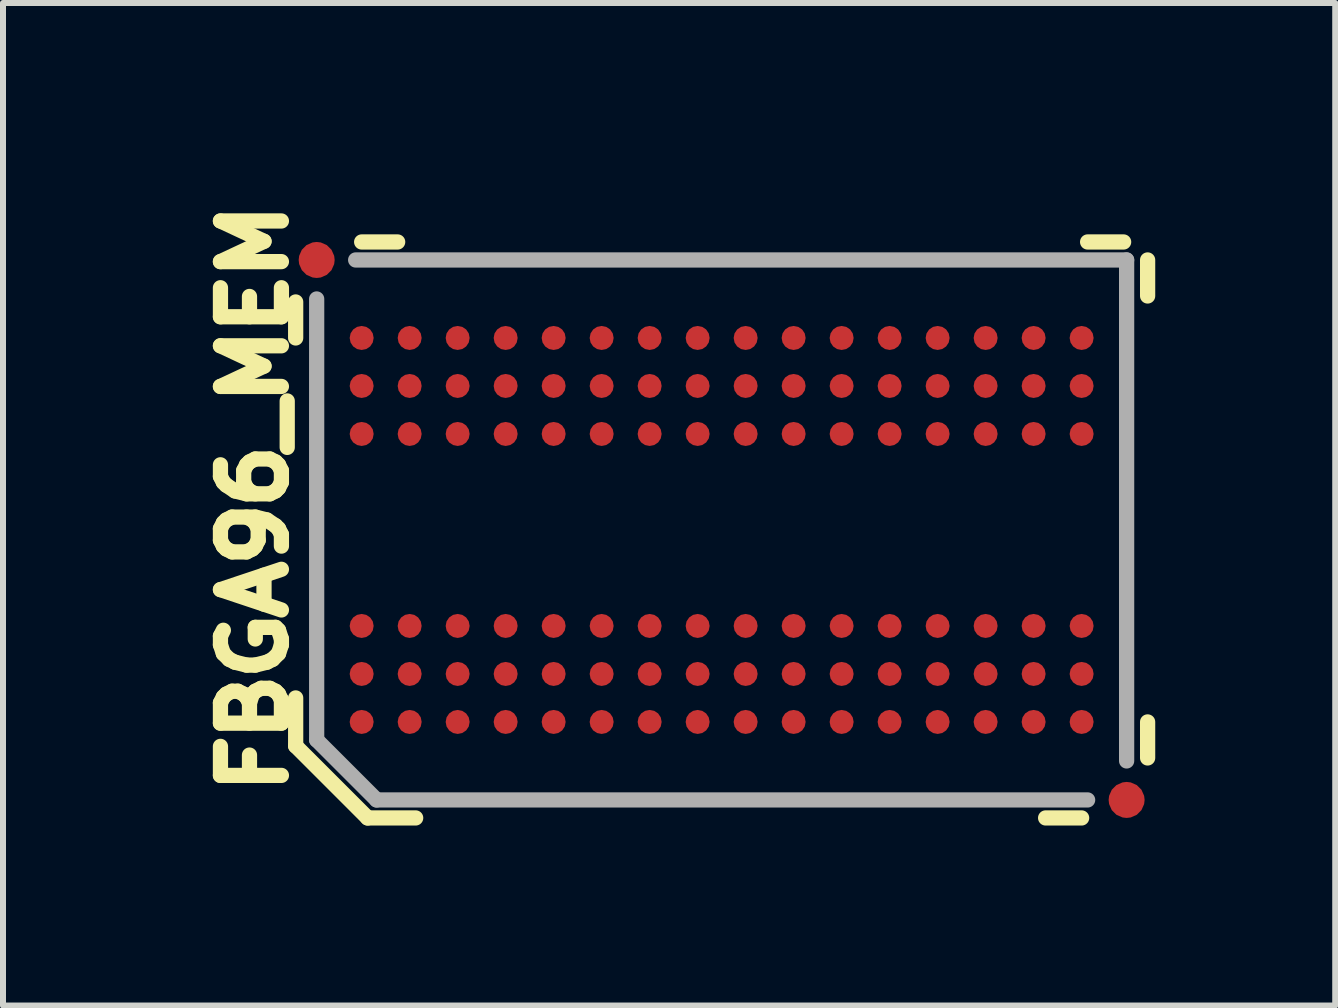
<source format=kicad_pcb>
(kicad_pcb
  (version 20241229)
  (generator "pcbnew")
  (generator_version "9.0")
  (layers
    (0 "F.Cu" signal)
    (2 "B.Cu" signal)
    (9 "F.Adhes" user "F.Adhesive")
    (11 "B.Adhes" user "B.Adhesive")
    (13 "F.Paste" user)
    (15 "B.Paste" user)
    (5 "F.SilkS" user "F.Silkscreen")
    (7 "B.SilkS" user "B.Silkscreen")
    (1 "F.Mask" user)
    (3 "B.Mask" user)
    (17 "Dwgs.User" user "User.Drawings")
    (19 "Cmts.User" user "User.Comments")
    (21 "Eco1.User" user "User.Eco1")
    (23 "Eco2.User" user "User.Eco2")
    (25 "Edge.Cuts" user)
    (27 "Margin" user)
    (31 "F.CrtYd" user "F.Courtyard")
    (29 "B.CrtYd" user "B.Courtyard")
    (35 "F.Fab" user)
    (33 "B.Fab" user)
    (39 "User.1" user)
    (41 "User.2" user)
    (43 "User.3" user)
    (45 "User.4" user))
  (footprint "FBGA96_MEM"
    (layer "F.Cu")
    (at 8.978 5.783)
    (property "Reference" "FBGA96_MEM" (at -7.2 4.5 90) (layer "F.SilkS") (effects (font (size 1.016 1.016) (thickness 0.254)) (justify left bottom)))
    (fp_line (start -7.1 -3.8) (end -7.1 -3.2) (stroke (width 0.254) (type solid)) (layer "F.SilkS"))
    (fp_line (start -7.1 3.6) (end -7.1 2.8) (stroke (width 0.254) (type solid)) (layer "F.SilkS"))
    (fp_line (start -5.9 4.8) (end -7.1 3.6) (stroke (width 0.254) (type solid)) (layer "F.SilkS"))
    (fp_line (start -5.4 -4.8) (end -6 -4.8) (stroke (width 0.254) (type solid)) (layer "F.SilkS"))
    (fp_line (start -5.1 4.8) (end -5.9 4.8) (stroke (width 0.254) (type solid)) (layer "F.SilkS"))
    (fp_line (start 6 4.8) (end 5.4 4.8) (stroke (width 0.254) (type solid)) (layer "F.SilkS"))
    (fp_line (start 6.7 -4.8) (end 6.1 -4.8) (stroke (width 0.254) (type solid)) (layer "F.SilkS"))
    (fp_line (start 7.1 -3.9) (end 7.1 -4.5) (stroke (width 0.254) (type solid)) (layer "F.SilkS"))
    (fp_line (start 7.1 3.8) (end 7.1 3.2) (stroke (width 0.254) (type solid)) (layer "F.SilkS"))
    (fp_circle (center -6 -3.2) (end -5.9 -3.2) (stroke (width 0.22) (type solid)) (fill no) (layer "F.Paste"))
    (fp_circle (center -6 -2.4) (end -5.9 -2.4) (stroke (width 0.22) (type solid)) (fill no) (layer "F.Paste"))
    (fp_circle (center -6 -1.6) (end -5.9 -1.6) (stroke (width 0.22) (type solid)) (fill no) (layer "F.Paste"))
    (fp_circle (center -6 1.6) (end -5.9 1.6) (stroke (width 0.22) (type solid)) (fill no) (layer "F.Paste"))
    (fp_circle (center -6 2.4) (end -5.9 2.4) (stroke (width 0.22) (type solid)) (fill no) (layer "F.Paste"))
    (fp_circle (center -6 3.2) (end -5.9 3.2) (stroke (width 0.22) (type solid)) (fill no) (layer "F.Paste"))
    (fp_circle (center -5.2 -3.2) (end -5.1 -3.2) (stroke (width 0.22) (type solid)) (fill no) (layer "F.Paste"))
    (fp_circle (center -5.2 -2.4) (end -5.1 -2.4) (stroke (width 0.22) (type solid)) (fill no) (layer "F.Paste"))
    (fp_circle (center -5.2 -1.6) (end -5.1 -1.6) (stroke (width 0.22) (type solid)) (fill no) (layer "F.Paste"))
    (fp_circle (center -5.2 1.6) (end -5.1 1.6) (stroke (width 0.22) (type solid)) (fill no) (layer "F.Paste"))
    (fp_circle (center -5.2 2.4) (end -5.1 2.4) (stroke (width 0.22) (type solid)) (fill no) (layer "F.Paste"))
    (fp_circle (center -5.2 3.2) (end -5.1 3.2) (stroke (width 0.22) (type solid)) (fill no) (layer "F.Paste"))
    (fp_circle (center -4.4 -3.2) (end -4.3 -3.2) (stroke (width 0.22) (type solid)) (fill no) (layer "F.Paste"))
    (fp_circle (center -4.4 -2.4) (end -4.3 -2.4) (stroke (width 0.22) (type solid)) (fill no) (layer "F.Paste"))
    (fp_circle (center -4.4 -1.6) (end -4.3 -1.6) (stroke (width 0.22) (type solid)) (fill no) (layer "F.Paste"))
    (fp_circle (center -4.4 1.6) (end -4.3 1.6) (stroke (width 0.22) (type solid)) (fill no) (layer "F.Paste"))
    (fp_circle (center -4.4 2.4) (end -4.3 2.4) (stroke (width 0.22) (type solid)) (fill no) (layer "F.Paste"))
    (fp_circle (center -4.4 3.2) (end -4.3 3.2) (stroke (width 0.22) (type solid)) (fill no) (layer "F.Paste"))
    (fp_circle (center -3.6 -3.2) (end -3.5 -3.2) (stroke (width 0.22) (type solid)) (fill no) (layer "F.Paste"))
    (fp_circle (center -3.6 -2.4) (end -3.5 -2.4) (stroke (width 0.22) (type solid)) (fill no) (layer "F.Paste"))
    (fp_circle (center -3.6 -1.6) (end -3.5 -1.6) (stroke (width 0.22) (type solid)) (fill no) (layer "F.Paste"))
    (fp_circle (center -3.6 1.6) (end -3.5 1.6) (stroke (width 0.22) (type solid)) (fill no) (layer "F.Paste"))
    (fp_circle (center -3.6 2.4) (end -3.5 2.4) (stroke (width 0.22) (type solid)) (fill no) (layer "F.Paste"))
    (fp_circle (center -3.6 3.2) (end -3.5 3.2) (stroke (width 0.22) (type solid)) (fill no) (layer "F.Paste"))
    (fp_circle (center -2.8 -3.2) (end -2.7 -3.2) (stroke (width 0.22) (type solid)) (fill no) (layer "F.Paste"))
    (fp_circle (center -2.8 -2.4) (end -2.7 -2.4) (stroke (width 0.22) (type solid)) (fill no) (layer "F.Paste"))
    (fp_circle (center -2.8 -1.6) (end -2.7 -1.6) (stroke (width 0.22) (type solid)) (fill no) (layer "F.Paste"))
    (fp_circle (center -2.8 1.6) (end -2.7 1.6) (stroke (width 0.22) (type solid)) (fill no) (layer "F.Paste"))
    (fp_circle (center -2.8 2.4) (end -2.7 2.4) (stroke (width 0.22) (type solid)) (fill no) (layer "F.Paste"))
    (fp_circle (center -2.8 3.2) (end -2.7 3.2) (stroke (width 0.22) (type solid)) (fill no) (layer "F.Paste"))
    (fp_circle (center -2 -3.2) (end -1.9 -3.2) (stroke (width 0.22) (type solid)) (fill no) (layer "F.Paste"))
    (fp_circle (center -2 -2.4) (end -1.9 -2.4) (stroke (width 0.22) (type solid)) (fill no) (layer "F.Paste"))
    (fp_circle (center -2 -1.6) (end -1.9 -1.6) (stroke (width 0.22) (type solid)) (fill no) (layer "F.Paste"))
    (fp_circle (center -2 1.6) (end -1.9 1.6) (stroke (width 0.22) (type solid)) (fill no) (layer "F.Paste"))
    (fp_circle (center -2 2.4) (end -1.9 2.4) (stroke (width 0.22) (type solid)) (fill no) (layer "F.Paste"))
    (fp_circle (center -2 3.2) (end -1.9 3.2) (stroke (width 0.22) (type solid)) (fill no) (layer "F.Paste"))
    (fp_circle (center -1.2 -3.2) (end -1.1 -3.2) (stroke (width 0.22) (type solid)) (fill no) (layer "F.Paste"))
    (fp_circle (center -1.2 -2.4) (end -1.1 -2.4) (stroke (width 0.22) (type solid)) (fill no) (layer "F.Paste"))
    (fp_circle (center -1.2 -1.6) (end -1.1 -1.6) (stroke (width 0.22) (type solid)) (fill no) (layer "F.Paste"))
    (fp_circle (center -1.2 1.6) (end -1.1 1.6) (stroke (width 0.22) (type solid)) (fill no) (layer "F.Paste"))
    (fp_circle (center -1.2 2.4) (end -1.1 2.4) (stroke (width 0.22) (type solid)) (fill no) (layer "F.Paste"))
    (fp_circle (center -1.2 3.2) (end -1.1 3.2) (stroke (width 0.22) (type solid)) (fill no) (layer "F.Paste"))
    (fp_circle (center -0.4 -3.2) (end -0.3 -3.2) (stroke (width 0.22) (type solid)) (fill no) (layer "F.Paste"))
    (fp_circle (center -0.4 -2.4) (end -0.3 -2.4) (stroke (width 0.22) (type solid)) (fill no) (layer "F.Paste"))
    (fp_circle (center -0.4 -1.6) (end -0.3 -1.6) (stroke (width 0.22) (type solid)) (fill no) (layer "F.Paste"))
    (fp_circle (center -0.4 1.6) (end -0.3 1.6) (stroke (width 0.22) (type solid)) (fill no) (layer "F.Paste"))
    (fp_circle (center -0.4 2.4) (end -0.3 2.4) (stroke (width 0.22) (type solid)) (fill no) (layer "F.Paste"))
    (fp_circle (center -0.4 3.2) (end -0.3 3.2) (stroke (width 0.22) (type solid)) (fill no) (layer "F.Paste"))
    (fp_circle (center 0.4 -3.2) (end 0.5 -3.2) (stroke (width 0.22) (type solid)) (fill no) (layer "F.Paste"))
    (fp_circle (center 0.4 -2.4) (end 0.5 -2.4) (stroke (width 0.22) (type solid)) (fill no) (layer "F.Paste"))
    (fp_circle (center 0.4 -1.6) (end 0.5 -1.6) (stroke (width 0.22) (type solid)) (fill no) (layer "F.Paste"))
    (fp_circle (center 0.4 1.6) (end 0.5 1.6) (stroke (width 0.22) (type solid)) (fill no) (layer "F.Paste"))
    (fp_circle (center 0.4 2.4) (end 0.5 2.4) (stroke (width 0.22) (type solid)) (fill no) (layer "F.Paste"))
    (fp_circle (center 0.4 3.2) (end 0.5 3.2) (stroke (width 0.22) (type solid)) (fill no) (layer "F.Paste"))
    (fp_circle (center 1.2 -3.2) (end 1.3 -3.2) (stroke (width 0.22) (type solid)) (fill no) (layer "F.Paste"))
    (fp_circle (center 1.2 -2.4) (end 1.3 -2.4) (stroke (width 0.22) (type solid)) (fill no) (layer "F.Paste"))
    (fp_circle (center 1.2 -1.6) (end 1.3 -1.6) (stroke (width 0.22) (type solid)) (fill no) (layer "F.Paste"))
    (fp_circle (center 1.2 1.6) (end 1.3 1.6) (stroke (width 0.22) (type solid)) (fill no) (layer "F.Paste"))
    (fp_circle (center 1.2 2.4) (end 1.3 2.4) (stroke (width 0.22) (type solid)) (fill no) (layer "F.Paste"))
    (fp_circle (center 1.2 3.2) (end 1.3 3.2) (stroke (width 0.22) (type solid)) (fill no) (layer "F.Paste"))
    (fp_circle (center 2 -3.2) (end 2.1 -3.2) (stroke (width 0.22) (type solid)) (fill no) (layer "F.Paste"))
    (fp_circle (center 2 -2.4) (end 2.1 -2.4) (stroke (width 0.22) (type solid)) (fill no) (layer "F.Paste"))
    (fp_circle (center 2 -1.6) (end 2.1 -1.6) (stroke (width 0.22) (type solid)) (fill no) (layer "F.Paste"))
    (fp_circle (center 2 1.6) (end 2.1 1.6) (stroke (width 0.22) (type solid)) (fill no) (layer "F.Paste"))
    (fp_circle (center 2 2.4) (end 2.1 2.4) (stroke (width 0.22) (type solid)) (fill no) (layer "F.Paste"))
    (fp_circle (center 2 3.2) (end 2.1 3.2) (stroke (width 0.22) (type solid)) (fill no) (layer "F.Paste"))
    (fp_circle (center 2.8 -3.2) (end 2.9 -3.2) (stroke (width 0.22) (type solid)) (fill no) (layer "F.Paste"))
    (fp_circle (center 2.8 -2.4) (end 2.9 -2.4) (stroke (width 0.22) (type solid)) (fill no) (layer "F.Paste"))
    (fp_circle (center 2.8 -1.6) (end 2.9 -1.6) (stroke (width 0.22) (type solid)) (fill no) (layer "F.Paste"))
    (fp_circle (center 2.8 1.6) (end 2.9 1.6) (stroke (width 0.22) (type solid)) (fill no) (layer "F.Paste"))
    (fp_circle (center 2.8 2.4) (end 2.9 2.4) (stroke (width 0.22) (type solid)) (fill no) (layer "F.Paste"))
    (fp_circle (center 2.8 3.2) (end 2.9 3.2) (stroke (width 0.22) (type solid)) (fill no) (layer "F.Paste"))
    (fp_circle (center 3.6 -3.2) (end 3.7 -3.2) (stroke (width 0.22) (type solid)) (fill no) (layer "F.Paste"))
    (fp_circle (center 3.6 -2.4) (end 3.7 -2.4) (stroke (width 0.22) (type solid)) (fill no) (layer "F.Paste"))
    (fp_circle (center 3.6 -1.6) (end 3.7 -1.6) (stroke (width 0.22) (type solid)) (fill no) (layer "F.Paste"))
    (fp_circle (center 3.6 1.6) (end 3.7 1.6) (stroke (width 0.22) (type solid)) (fill no) (layer "F.Paste"))
    (fp_circle (center 3.6 2.4) (end 3.7 2.4) (stroke (width 0.22) (type solid)) (fill no) (layer "F.Paste"))
    (fp_circle (center 3.6 3.2) (end 3.7 3.2) (stroke (width 0.22) (type solid)) (fill no) (layer "F.Paste"))
    (fp_circle (center 4.4 -3.2) (end 4.5 -3.2) (stroke (width 0.22) (type solid)) (fill no) (layer "F.Paste"))
    (fp_circle (center 4.4 -2.4) (end 4.5 -2.4) (stroke (width 0.22) (type solid)) (fill no) (layer "F.Paste"))
    (fp_circle (center 4.4 -1.6) (end 4.5 -1.6) (stroke (width 0.22) (type solid)) (fill no) (layer "F.Paste"))
    (fp_circle (center 4.4 1.6) (end 4.5 1.6) (stroke (width 0.22) (type solid)) (fill no) (layer "F.Paste"))
    (fp_circle (center 4.4 2.4) (end 4.5 2.4) (stroke (width 0.22) (type solid)) (fill no) (layer "F.Paste"))
    (fp_circle (center 4.4 3.2) (end 4.5 3.2) (stroke (width 0.22) (type solid)) (fill no) (layer "F.Paste"))
    (fp_circle (center 5.2 -3.2) (end 5.3 -3.2) (stroke (width 0.22) (type solid)) (fill no) (layer "F.Paste"))
    (fp_circle (center 5.2 -2.4) (end 5.3 -2.4) (stroke (width 0.22) (type solid)) (fill no) (layer "F.Paste"))
    (fp_circle (center 5.2 -1.6) (end 5.3 -1.6) (stroke (width 0.22) (type solid)) (fill no) (layer "F.Paste"))
    (fp_circle (center 5.2 1.6) (end 5.3 1.6) (stroke (width 0.22) (type solid)) (fill no) (layer "F.Paste"))
    (fp_circle (center 5.2 2.4) (end 5.3 2.4) (stroke (width 0.22) (type solid)) (fill no) (layer "F.Paste"))
    (fp_circle (center 5.2 3.2) (end 5.3 3.2) (stroke (width 0.22) (type solid)) (fill no) (layer "F.Paste"))
    (fp_circle (center 6 -3.2) (end 6.1 -3.2) (stroke (width 0.22) (type solid)) (fill no) (layer "F.Paste"))
    (fp_circle (center 6 -2.4) (end 6.1 -2.4) (stroke (width 0.22) (type solid)) (fill no) (layer "F.Paste"))
    (fp_circle (center 6 -1.6) (end 6.1 -1.6) (stroke (width 0.22) (type solid)) (fill no) (layer "F.Paste"))
    (fp_circle (center 6 1.6) (end 6.1 1.6) (stroke (width 0.22) (type solid)) (fill no) (layer "F.Paste"))
    (fp_circle (center 6 2.4) (end 6.1 2.4) (stroke (width 0.22) (type solid)) (fill no) (layer "F.Paste"))
    (fp_circle (center 6 3.2) (end 6.1 3.2) (stroke (width 0.22) (type solid)) (fill no) (layer "F.Paste"))
    (fp_line (start -6.75 -3.85) (end -6.75 3.5) (stroke (width 0.254) (type solid)) (layer "F.Fab"))
    (fp_line (start -6.75 3.5) (end -5.75 4.5) (stroke (width 0.254) (type solid)) (layer "F.Fab"))
    (fp_line (start -5.75 4.5) (end 6.1 4.5) (stroke (width 0.254) (type solid)) (layer "F.Fab"))
    (fp_line (start 6.75 -4.5) (end -6.1 -4.5) (stroke (width 0.254) (type solid)) (layer "F.Fab"))
    (fp_line (start 6.75 3.85) (end 6.75 -4.5) (stroke (width 0.254) (type solid)) (layer "F.Fab"))
    (pad "A1" smd roundrect (at -6 3.2 90) (size 0.4 0.4) (layers "F.Cu" "F.Mask") (roundrect_rratio 0.5))
    (pad "A2" smd roundrect (at -6 2.4 90) (size 0.4 0.4) (layers "F.Cu" "F.Mask") (roundrect_rratio 0.5))
    (pad "A3" smd roundrect (at -6 1.6 90) (size 0.4 0.4) (layers "F.Cu" "F.Mask") (roundrect_rratio 0.5))
    (pad "A7" smd roundrect (at -6 -1.6 90) (size 0.4 0.4) (layers "F.Cu" "F.Mask") (roundrect_rratio 0.5))
    (pad "A8" smd roundrect (at -6 -2.4 90) (size 0.4 0.4) (layers "F.Cu" "F.Mask") (roundrect_rratio 0.5))
    (pad "A9" smd roundrect (at -6 -3.2 90) (size 0.4 0.4) (layers "F.Cu" "F.Mask") (roundrect_rratio 0.5))
    (pad "B1" smd roundrect (at -5.2 3.2 90) (size 0.4 0.4) (layers "F.Cu" "F.Mask") (roundrect_rratio 0.5))
    (pad "B2" smd roundrect (at -5.2 2.4 90) (size 0.4 0.4) (layers "F.Cu" "F.Mask") (roundrect_rratio 0.5))
    (pad "B3" smd roundrect (at -5.2 1.6 90) (size 0.4 0.4) (layers "F.Cu" "F.Mask") (roundrect_rratio 0.5))
    (pad "B7" smd roundrect (at -5.2 -1.6 90) (size 0.4 0.4) (layers "F.Cu" "F.Mask") (roundrect_rratio 0.5))
    (pad "B8" smd roundrect (at -5.2 -2.4 90) (size 0.4 0.4) (layers "F.Cu" "F.Mask") (roundrect_rratio 0.5))
    (pad "B9" smd roundrect (at -5.2 -3.2 90) (size 0.4 0.4) (layers "F.Cu" "F.Mask") (roundrect_rratio 0.5))
    (pad "C1" smd roundrect (at -4.4 3.2 90) (size 0.4 0.4) (layers "F.Cu" "F.Mask") (roundrect_rratio 0.5))
    (pad "C2" smd roundrect (at -4.4 2.4 90) (size 0.4 0.4) (layers "F.Cu" "F.Mask") (roundrect_rratio 0.5))
    (pad "C3" smd roundrect (at -4.4 1.6 90) (size 0.4 0.4) (layers "F.Cu" "F.Mask") (roundrect_rratio 0.5))
    (pad "C7" smd roundrect (at -4.4 -1.6 90) (size 0.4 0.4) (layers "F.Cu" "F.Mask") (roundrect_rratio 0.5))
    (pad "C8" smd roundrect (at -4.4 -2.4 90) (size 0.4 0.4) (layers "F.Cu" "F.Mask") (roundrect_rratio 0.5))
    (pad "C9" smd roundrect (at -4.4 -3.2 90) (size 0.4 0.4) (layers "F.Cu" "F.Mask") (roundrect_rratio 0.5))
    (pad "D1" smd roundrect (at -3.6 3.2 90) (size 0.4 0.4) (layers "F.Cu" "F.Mask") (roundrect_rratio 0.5))
    (pad "D2" smd roundrect (at -3.6 2.4 90) (size 0.4 0.4) (layers "F.Cu" "F.Mask") (roundrect_rratio 0.5))
    (pad "D3" smd roundrect (at -3.6 1.6 90) (size 0.4 0.4) (layers "F.Cu" "F.Mask") (roundrect_rratio 0.5))
    (pad "D7" smd roundrect (at -3.6 -1.6 90) (size 0.4 0.4) (layers "F.Cu" "F.Mask") (roundrect_rratio 0.5))
    (pad "D8" smd roundrect (at -3.6 -2.4 90) (size 0.4 0.4) (layers "F.Cu" "F.Mask") (roundrect_rratio 0.5))
    (pad "D9" smd roundrect (at -3.6 -3.2 90) (size 0.4 0.4) (layers "F.Cu" "F.Mask") (roundrect_rratio 0.5))
    (pad "E1" smd roundrect (at -2.8 3.2 90) (size 0.4 0.4) (layers "F.Cu" "F.Mask") (roundrect_rratio 0.5))
    (pad "E2" smd roundrect (at -2.8 2.4 90) (size 0.4 0.4) (layers "F.Cu" "F.Mask") (roundrect_rratio 0.5))
    (pad "E3" smd roundrect (at -2.8 1.6 90) (size 0.4 0.4) (layers "F.Cu" "F.Mask") (roundrect_rratio 0.5))
    (pad "E7" smd roundrect (at -2.8 -1.6 90) (size 0.4 0.4) (layers "F.Cu" "F.Mask") (roundrect_rratio 0.5))
    (pad "E8" smd roundrect (at -2.8 -2.4 90) (size 0.4 0.4) (layers "F.Cu" "F.Mask") (roundrect_rratio 0.5))
    (pad "E9" smd roundrect (at -2.8 -3.2 90) (size 0.4 0.4) (layers "F.Cu" "F.Mask") (roundrect_rratio 0.5))
    (pad "F1" smd roundrect (at -2 3.2 90) (size 0.4 0.4) (layers "F.Cu" "F.Mask") (roundrect_rratio 0.5))
    (pad "F2" smd roundrect (at -2 2.4 90) (size 0.4 0.4) (layers "F.Cu" "F.Mask") (roundrect_rratio 0.5))
    (pad "F3" smd roundrect (at -2 1.6 90) (size 0.4 0.4) (layers "F.Cu" "F.Mask") (roundrect_rratio 0.5))
    (pad "F7" smd roundrect (at -2 -1.6 90) (size 0.4 0.4) (layers "F.Cu" "F.Mask") (roundrect_rratio 0.5))
    (pad "F8" smd roundrect (at -2 -2.4 90) (size 0.4 0.4) (layers "F.Cu" "F.Mask") (roundrect_rratio 0.5))
    (pad "F9" smd roundrect (at -2 -3.2 90) (size 0.4 0.4) (layers "F.Cu" "F.Mask") (roundrect_rratio 0.5))
    (pad "FID1" smd roundrect (at 6.75 4.5 90) (size 0.6 0.6) (layers "F.Cu" "F.Mask") (roundrect_rratio 0.5))
    (pad "FID2" smd roundrect (at -6.75 -4.5 90) (size 0.6 0.6) (layers "F.Cu" "F.Mask") (roundrect_rratio 0.5))
    (pad "G1" smd roundrect (at -1.2 3.2 90) (size 0.4 0.4) (layers "F.Cu" "F.Mask") (roundrect_rratio 0.5))
    (pad "G2" smd roundrect (at -1.2 2.4 90) (size 0.4 0.4) (layers "F.Cu" "F.Mask") (roundrect_rratio 0.5))
    (pad "G3" smd roundrect (at -1.2 1.6 90) (size 0.4 0.4) (layers "F.Cu" "F.Mask") (roundrect_rratio 0.5))
    (pad "G7" smd roundrect (at -1.2 -1.6 90) (size 0.4 0.4) (layers "F.Cu" "F.Mask") (roundrect_rratio 0.5))
    (pad "G8" smd roundrect (at -1.2 -2.4 90) (size 0.4 0.4) (layers "F.Cu" "F.Mask") (roundrect_rratio 0.5))
    (pad "G9" smd roundrect (at -1.2 -3.2 90) (size 0.4 0.4) (layers "F.Cu" "F.Mask") (roundrect_rratio 0.5))
    (pad "H1" smd roundrect (at -0.4 3.2 90) (size 0.4 0.4) (layers "F.Cu" "F.Mask") (roundrect_rratio 0.5))
    (pad "H2" smd roundrect (at -0.4 2.4 90) (size 0.4 0.4) (layers "F.Cu" "F.Mask") (roundrect_rratio 0.5))
    (pad "H3" smd roundrect (at -0.4 1.6 90) (size 0.4 0.4) (layers "F.Cu" "F.Mask") (roundrect_rratio 0.5))
    (pad "H7" smd roundrect (at -0.4 -1.6 90) (size 0.4 0.4) (layers "F.Cu" "F.Mask") (roundrect_rratio 0.5))
    (pad "H8" smd roundrect (at -0.4 -2.4 90) (size 0.4 0.4) (layers "F.Cu" "F.Mask") (roundrect_rratio 0.5))
    (pad "H9" smd roundrect (at -0.4 -3.2 90) (size 0.4 0.4) (layers "F.Cu" "F.Mask") (roundrect_rratio 0.5))
    (pad "J1" smd roundrect (at 0.4 3.2 90) (size 0.4 0.4) (layers "F.Cu" "F.Mask") (roundrect_rratio 0.5))
    (pad "J2" smd roundrect (at 0.4 2.4 90) (size 0.4 0.4) (layers "F.Cu" "F.Mask") (roundrect_rratio 0.5))
    (pad "J3" smd roundrect (at 0.4 1.6 90) (size 0.4 0.4) (layers "F.Cu" "F.Mask") (roundrect_rratio 0.5))
    (pad "J7" smd roundrect (at 0.4 -1.6 90) (size 0.4 0.4) (layers "F.Cu" "F.Mask") (roundrect_rratio 0.5))
    (pad "J8" smd roundrect (at 0.4 -2.4 90) (size 0.4 0.4) (layers "F.Cu" "F.Mask") (roundrect_rratio 0.5))
    (pad "J9" smd roundrect (at 0.4 -3.2 90) (size 0.4 0.4) (layers "F.Cu" "F.Mask") (roundrect_rratio 0.5))
    (pad "K1" smd roundrect (at 1.2 3.2 90) (size 0.4 0.4) (layers "F.Cu" "F.Mask") (roundrect_rratio 0.5))
    (pad "K2" smd roundrect (at 1.2 2.4 90) (size 0.4 0.4) (layers "F.Cu" "F.Mask") (roundrect_rratio 0.5))
    (pad "K3" smd roundrect (at 1.2 1.6 90) (size 0.4 0.4) (layers "F.Cu" "F.Mask") (roundrect_rratio 0.5))
    (pad "K7" smd roundrect (at 1.2 -1.6 90) (size 0.4 0.4) (layers "F.Cu" "F.Mask") (roundrect_rratio 0.5))
    (pad "K8" smd roundrect (at 1.2 -2.4 90) (size 0.4 0.4) (layers "F.Cu" "F.Mask") (roundrect_rratio 0.5))
    (pad "K9" smd roundrect (at 1.2 -3.2 90) (size 0.4 0.4) (layers "F.Cu" "F.Mask") (roundrect_rratio 0.5))
    (pad "L1" smd roundrect (at 2 3.2 90) (size 0.4 0.4) (layers "F.Cu" "F.Mask") (roundrect_rratio 0.5))
    (pad "L2" smd roundrect (at 2 2.4 90) (size 0.4 0.4) (layers "F.Cu" "F.Mask") (roundrect_rratio 0.5))
    (pad "L3" smd roundrect (at 2 1.6 90) (size 0.4 0.4) (layers "F.Cu" "F.Mask") (roundrect_rratio 0.5))
    (pad "L7" smd roundrect (at 2 -1.6 90) (size 0.4 0.4) (layers "F.Cu" "F.Mask") (roundrect_rratio 0.5))
    (pad "L8" smd roundrect (at 2 -2.4 90) (size 0.4 0.4) (layers "F.Cu" "F.Mask") (roundrect_rratio 0.5))
    (pad "L9" smd roundrect (at 2 -3.2 90) (size 0.4 0.4) (layers "F.Cu" "F.Mask") (roundrect_rratio 0.5))
    (pad "M1" smd roundrect (at 2.8 3.2 90) (size 0.4 0.4) (layers "F.Cu" "F.Mask") (roundrect_rratio 0.5))
    (pad "M2" smd roundrect (at 2.8 2.4 90) (size 0.4 0.4) (layers "F.Cu" "F.Mask") (roundrect_rratio 0.5))
    (pad "M3" smd roundrect (at 2.8 1.6 90) (size 0.4 0.4) (layers "F.Cu" "F.Mask") (roundrect_rratio 0.5))
    (pad "M7" smd roundrect (at 2.8 -1.6 90) (size 0.4 0.4) (layers "F.Cu" "F.Mask") (roundrect_rratio 0.5))
    (pad "M8" smd roundrect (at 2.8 -2.4 90) (size 0.4 0.4) (layers "F.Cu" "F.Mask") (roundrect_rratio 0.5))
    (pad "M9" smd roundrect (at 2.8 -3.2 90) (size 0.4 0.4) (layers "F.Cu" "F.Mask") (roundrect_rratio 0.5))
    (pad "N1" smd roundrect (at 3.6 3.2 90) (size 0.4 0.4) (layers "F.Cu" "F.Mask") (roundrect_rratio 0.5))
    (pad "N2" smd roundrect (at 3.6 2.4 90) (size 0.4 0.4) (layers "F.Cu" "F.Mask") (roundrect_rratio 0.5))
    (pad "N3" smd roundrect (at 3.6 1.6 90) (size 0.4 0.4) (layers "F.Cu" "F.Mask") (roundrect_rratio 0.5))
    (pad "N7" smd roundrect (at 3.6 -1.6 90) (size 0.4 0.4) (layers "F.Cu" "F.Mask") (roundrect_rratio 0.5))
    (pad "N8" smd roundrect (at 3.6 -2.4 90) (size 0.4 0.4) (layers "F.Cu" "F.Mask") (roundrect_rratio 0.5))
    (pad "N9" smd roundrect (at 3.6 -3.2 90) (size 0.4 0.4) (layers "F.Cu" "F.Mask") (roundrect_rratio 0.5))
    (pad "P1" smd roundrect (at 4.4 3.2 90) (size 0.4 0.4) (layers "F.Cu" "F.Mask") (roundrect_rratio 0.5))
    (pad "P2" smd roundrect (at 4.4 2.4 90) (size 0.4 0.4) (layers "F.Cu" "F.Mask") (roundrect_rratio 0.5))
    (pad "P3" smd roundrect (at 4.4 1.6 90) (size 0.4 0.4) (layers "F.Cu" "F.Mask") (roundrect_rratio 0.5))
    (pad "P7" smd roundrect (at 4.4 -1.6 90) (size 0.4 0.4) (layers "F.Cu" "F.Mask") (roundrect_rratio 0.5))
    (pad "P8" smd roundrect (at 4.4 -2.4 90) (size 0.4 0.4) (layers "F.Cu" "F.Mask") (roundrect_rratio 0.5))
    (pad "P9" smd roundrect (at 4.4 -3.2 90) (size 0.4 0.4) (layers "F.Cu" "F.Mask") (roundrect_rratio 0.5))
    (pad "R1" smd roundrect (at 5.2 3.2 90) (size 0.4 0.4) (layers "F.Cu" "F.Mask") (roundrect_rratio 0.5))
    (pad "R2" smd roundrect (at 5.2 2.4 90) (size 0.4 0.4) (layers "F.Cu" "F.Mask") (roundrect_rratio 0.5))
    (pad "R3" smd roundrect (at 5.2 1.6 90) (size 0.4 0.4) (layers "F.Cu" "F.Mask") (roundrect_rratio 0.5))
    (pad "R7" smd roundrect (at 5.2 -1.6 90) (size 0.4 0.4) (layers "F.Cu" "F.Mask") (roundrect_rratio 0.5))
    (pad "R8" smd roundrect (at 5.2 -2.4 90) (size 0.4 0.4) (layers "F.Cu" "F.Mask") (roundrect_rratio 0.5))
    (pad "R9" smd roundrect (at 5.2 -3.2 90) (size 0.4 0.4) (layers "F.Cu" "F.Mask") (roundrect_rratio 0.5))
    (pad "T1" smd roundrect (at 6 3.2 90) (size 0.4 0.4) (layers "F.Cu" "F.Mask") (roundrect_rratio 0.5))
    (pad "T2" smd roundrect (at 6 2.4 90) (size 0.4 0.4) (layers "F.Cu" "F.Mask") (roundrect_rratio 0.5))
    (pad "T3" smd roundrect (at 6 1.6 90) (size 0.4 0.4) (layers "F.Cu" "F.Mask") (roundrect_rratio 0.5))
    (pad "T7" smd roundrect (at 6 -1.6 90) (size 0.4 0.4) (layers "F.Cu" "F.Mask") (roundrect_rratio 0.5))
    (pad "T8" smd roundrect (at 6 -2.4 90) (size 0.4 0.4) (layers "F.Cu" "F.Mask") (roundrect_rratio 0.5))
    (pad "T9" smd roundrect (at 6 -3.2 90) (size 0.4 0.4) (layers "F.Cu" "F.Mask") (roundrect_rratio 0.5)))
  (gr_rect
    (start -3 -3)
    (end 19.205 13.71)
    (stroke (width 0.1) (type default))
    (fill no)
    (layer "Edge.Cuts")))
</source>
